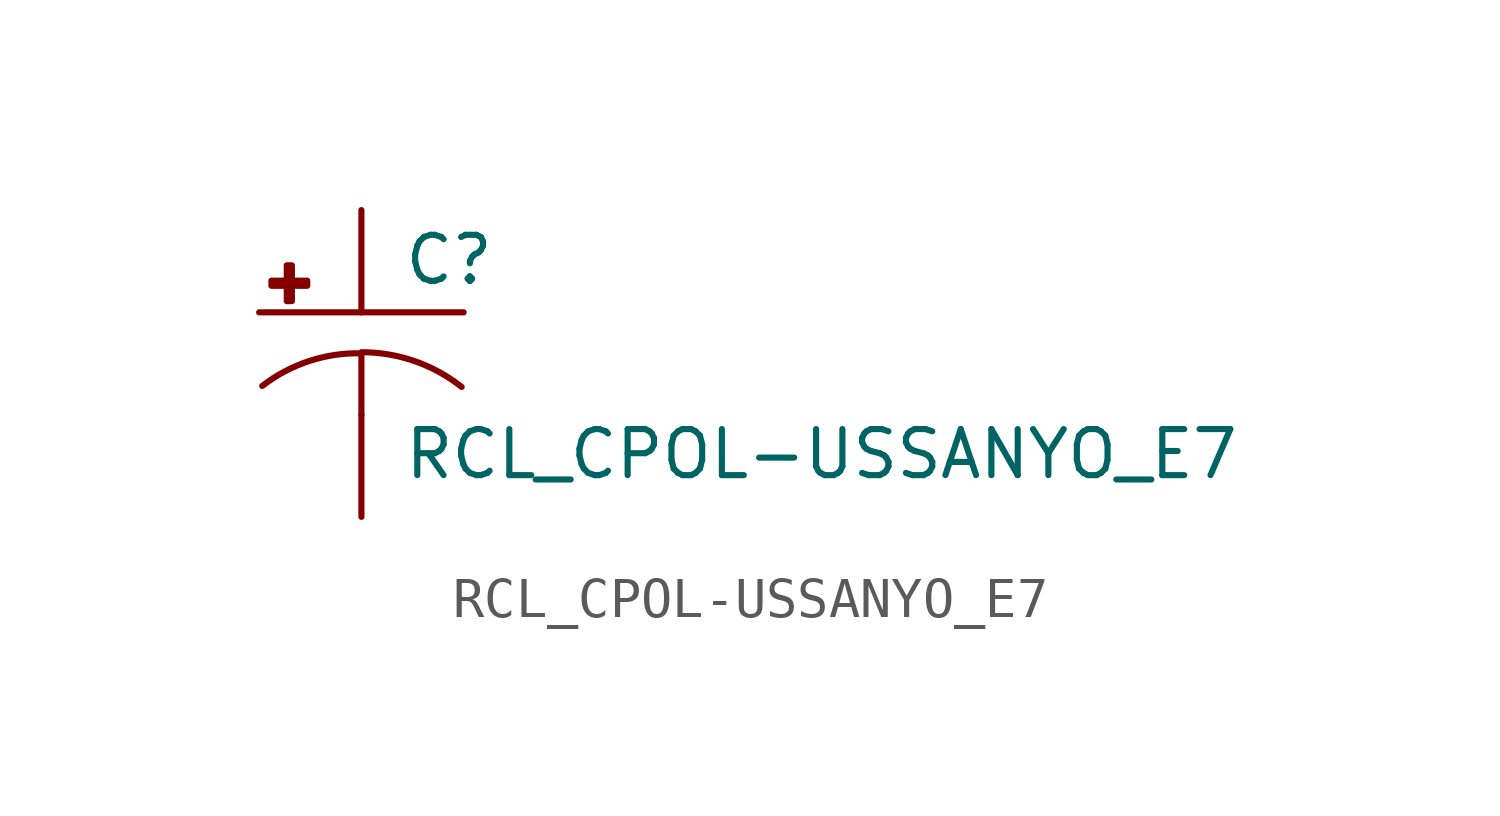
<source format=kicad_sym>
(kicad_symbol_lib
  (version 20210619)
  (generator kicad_symbol_editor)
  (symbol "RCL_CPOL-USSANYO_E7"
    (pin_numbers hide)
    (pin_names
      (offset 1.016) hide)
    (property "Reference" "C"
      (at 1.016 0.635 0)
      (effects (font (size 1.143 1.143)) (justify left bottom)))
    (property "Value" "RCL_CPOL-USSANYO_E7"
      (at 1.016 -4.191 0)
      (effects (font (size 1.143 1.143)) (justify left bottom)))
    (property "ki_locked" ""
      (at 0 0 0)
      (effects (font (size 1.27 1.27))))
    (symbol "RCL_CPOL-USSANYO_E7_1_0"
      (polyline (pts (xy -2.54 0) (xy 2.54 0)) (stroke (width 0)) (fill (type none)))
      (polyline (pts (xy 0 -1.016) (xy 0 -2.54)) (stroke (width 0)) (fill (type none)))
      (polyline (pts (xy 0 -1.016) (xy 0 -1.016)) (stroke (width 0)) (fill (type none))))
    (symbol "RCL_CPOL-USSANYO_E7_1_1"
      (arc (start 0 -1.016) (end -2.4638 -1.8288) (radius (at 0 -5.0546) (length 4.0386) (angles 90.1 127.3)) (stroke (width 0)) (fill (type none)))
      (arc (start 2.4892 -1.8542) (end 0 -0.9906) (radius (at 0 -5.0292) (length 4.0386) (angles 52.3 89.9)) (stroke (width 0)) (fill (type none)))
      (rectangle (start -2.235 0.66) (end -1.346 0.787) (stroke (width 0)) (fill (type outline)))
      (rectangle (start -1.854 0.279) (end -1.727 1.168) (stroke (width 0)) (fill (type outline)))
      (pin passive line (at 0 2.54 270) (length 2.54) (name "+" (effects (font (size 1.016 1.016)))) (number "+" (effects (font (size 1.016 1.016)))))
      (pin passive line (at 0 -5.08 90) (length 2.54) (name "-" (effects (font (size 1.016 1.016)))) (number "-" (effects (font (size 1.016 1.016))))))))
</source>
